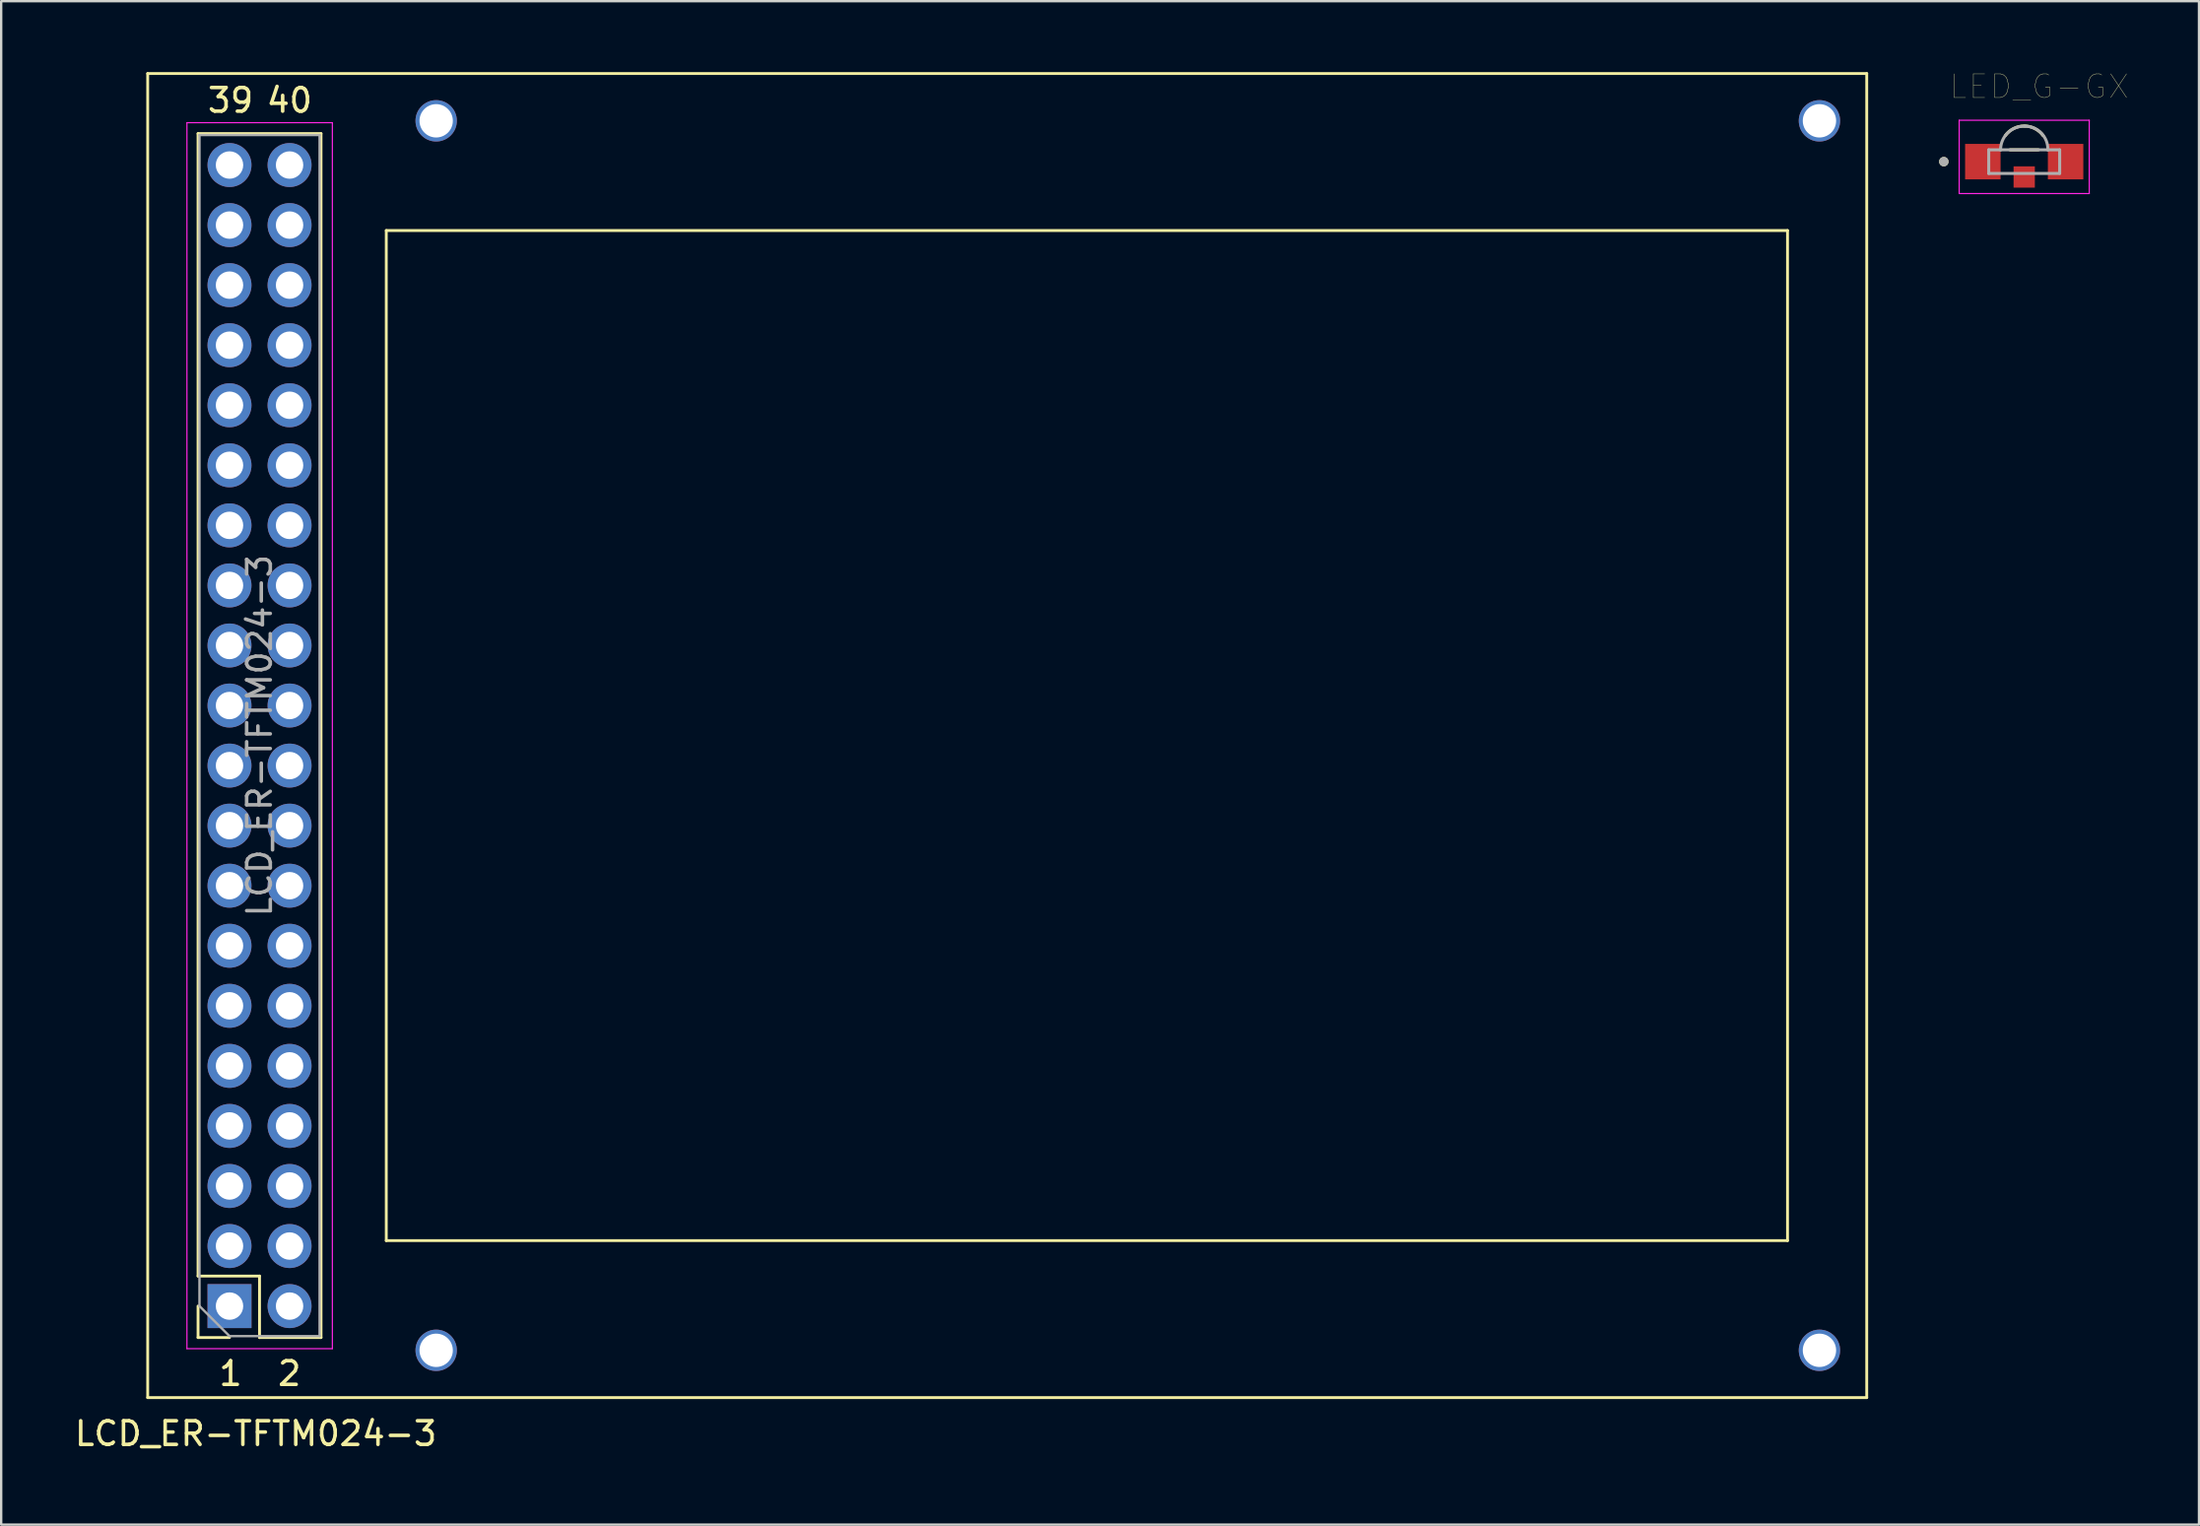
<source format=kicad_pcb>
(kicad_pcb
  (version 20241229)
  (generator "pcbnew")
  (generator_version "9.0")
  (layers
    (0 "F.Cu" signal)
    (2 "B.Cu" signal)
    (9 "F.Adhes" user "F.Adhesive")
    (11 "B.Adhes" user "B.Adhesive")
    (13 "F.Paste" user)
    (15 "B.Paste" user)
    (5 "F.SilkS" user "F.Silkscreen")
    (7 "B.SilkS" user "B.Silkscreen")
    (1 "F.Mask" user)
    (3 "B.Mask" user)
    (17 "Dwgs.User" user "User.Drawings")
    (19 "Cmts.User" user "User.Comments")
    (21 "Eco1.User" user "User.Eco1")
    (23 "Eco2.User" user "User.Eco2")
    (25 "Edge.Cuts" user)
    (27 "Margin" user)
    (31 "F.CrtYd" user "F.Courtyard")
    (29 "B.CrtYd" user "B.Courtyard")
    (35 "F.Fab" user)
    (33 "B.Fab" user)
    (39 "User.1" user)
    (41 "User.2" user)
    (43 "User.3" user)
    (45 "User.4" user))
  (footprint "LED_G-GX"
    (layer "F.Cu")
    (at 82.556 3.786)
    (property "Reference" "LED_G-GX" (at 0.635 -3.175 0) (layer "F.SilkS") (effects (font (size 1 1) (thickness 0.015))))
    (attr through_hole)
    (fp_line (start -0.6 -0.5) (end 0.6 -0.5) (stroke (width 0.127) (type solid)) (layer "F.SilkS"))
    (fp_arc (start -0.8 -1.1) (mid 0 -1.50762) (end 0.8 -1.1) (stroke (width 0.127) (type solid)) (layer "F.SilkS"))
    (fp_circle (center -3.4 0) (end -3.3 0) (stroke (width 0.2) (type solid)) (fill no) (layer "F.SilkS"))
    (fp_line (start -2.75 -1.75) (end 2.75 -1.75) (stroke (width 0.05) (type solid)) (layer "F.CrtYd"))
    (fp_line (start -2.75 1.35) (end -2.75 -1.75) (stroke (width 0.05) (type solid)) (layer "F.CrtYd"))
    (fp_line (start 2.75 -1.75) (end 2.75 1.35) (stroke (width 0.05) (type solid)) (layer "F.CrtYd"))
    (fp_line (start 2.75 1.35) (end -2.75 1.35) (stroke (width 0.05) (type solid)) (layer "F.CrtYd"))
    (fp_line (start -1.5 -0.5) (end -1.5 0.5) (stroke (width 0.127) (type solid)) (layer "F.Fab"))
    (fp_line (start -1.5 0.5) (end 1.5 0.5) (stroke (width 0.127) (type solid)) (layer "F.Fab"))
    (fp_line (start -1 -0.5) (end -1.5 -0.5) (stroke (width 0.127) (type solid)) (layer "F.Fab"))
    (fp_line (start 0 -1.5) (end 0.05 -1.5) (stroke (width 0.127) (type solid)) (layer "F.Fab"))
    (fp_line (start 1 -0.5) (end -1 -0.5) (stroke (width 0.127) (type solid)) (layer "F.Fab"))
    (fp_line (start 1.5 -0.5) (end 1 -0.5) (stroke (width 0.127) (type solid)) (layer "F.Fab"))
    (fp_line (start 1.5 0.5) (end 1.5 -0.5) (stroke (width 0.127) (type solid)) (layer "F.Fab"))
    (fp_arc (start -1 -0.5) (mid -0.707107 -1.207107) (end 0 -1.5) (stroke (width 0.127) (type solid)) (layer "F.Fab"))
    (fp_arc (start 0.05 -1.5) (mid 0.732107 -1.196751) (end 1 -0.5) (stroke (width 0.127) (type solid)) (layer "F.Fab"))
    (fp_circle (center -3.4 0) (end -3.3 0) (stroke (width 0.2) (type solid)) (fill no) (layer "F.Fab"))
    (pad "1" smd rect (at -1.75 0) (size 1.5 1.5) (layers "F.Cu" "F.Mask" "F.Paste"))
    (pad "2" smd rect (at 1.75 0) (size 1.5 1.5) (layers "F.Cu" "F.Mask" "F.Paste"))
    (pad "3" smd rect (at 0 0.65) (size 0.9 0.9) (layers "F.Cu" "F.Mask" "F.Paste")))
  (footprint "LCD_ER-TFTM024-3"
    (layer "F.Cu")
    (at 3.196 56.06)
    (property "Reference" "LCD_ER-TFTM024-3" (at 4.572 1.524 0) (layer "F.SilkS") (effects (font (size 1 1) (thickness 0.15))))
    (attr through_hole)
    (fp_line (start 0 -56) (end 72.7 -56) (stroke (width 0.12) (type solid)) (layer "F.SilkS"))
    (fp_line (start 0 0) (end 0 -56) (stroke (width 0.12) (type solid)) (layer "F.SilkS"))
    (fp_line (start 2.13 -53.46) (end 7.33 -53.46) (stroke (width 0.12) (type solid)) (layer "F.SilkS"))
    (fp_line (start 2.13 -5.14) (end 2.13 -53.46) (stroke (width 0.12) (type solid)) (layer "F.SilkS"))
    (fp_line (start 2.13 -5.14) (end 4.73 -5.14) (stroke (width 0.12) (type solid)) (layer "F.SilkS"))
    (fp_line (start 2.13 -3.87) (end 2.13 -2.54) (stroke (width 0.12) (type solid)) (layer "F.SilkS"))
    (fp_line (start 2.13 -2.54) (end 3.46 -2.54) (stroke (width 0.12) (type solid)) (layer "F.SilkS"))
    (fp_line (start 4.73 -5.14) (end 4.73 -2.54) (stroke (width 0.12) (type solid)) (layer "F.SilkS"))
    (fp_line (start 4.73 -2.54) (end 7.33 -2.54) (stroke (width 0.12) (type solid)) (layer "F.SilkS"))
    (fp_line (start 7.33 -2.54) (end 7.33 -53.46) (stroke (width 0.12) (type solid)) (layer "F.SilkS"))
    (fp_line (start 10.09 -49.36) (end 10.09 -6.64) (stroke (width 0.12) (type solid)) (layer "F.SilkS"))
    (fp_line (start 10.09 -6.64) (end 69.35 -6.64) (stroke (width 0.12) (type solid)) (layer "F.SilkS"))
    (fp_line (start 69.35 -49.36) (end 10.09 -49.36) (stroke (width 0.12) (type solid)) (layer "F.SilkS"))
    (fp_line (start 69.35 -49.36) (end 69.35 -6.64) (stroke (width 0.12) (type solid)) (layer "F.SilkS"))
    (fp_line (start 72.7 -56) (end 72.7 0) (stroke (width 0.12) (type solid)) (layer "F.SilkS"))
    (fp_line (start 72.7 0) (end 0 0) (stroke (width 0.12) (type solid)) (layer "F.SilkS"))
    (fp_line (start 1.66 -53.92) (end 7.81 -53.92) (stroke (width 0.05) (type solid)) (layer "F.CrtYd"))
    (fp_line (start 1.66 -2.07) (end 1.66 -53.92) (stroke (width 0.05) (type solid)) (layer "F.CrtYd"))
    (fp_line (start 7.81 -53.92) (end 7.81 -2.07) (stroke (width 0.05) (type solid)) (layer "F.CrtYd"))
    (fp_line (start 7.81 -2.07) (end 1.66 -2.07) (stroke (width 0.05) (type solid)) (layer "F.CrtYd"))
    (fp_line (start 2.19 -53.4) (end 2.19 -3.87) (stroke (width 0.1) (type solid)) (layer "F.Fab"))
    (fp_line (start 2.19 -3.87) (end 3.46 -2.6) (stroke (width 0.1) (type solid)) (layer "F.Fab"))
    (fp_line (start 3.46 -2.6) (end 7.27 -2.6) (stroke (width 0.1) (type solid)) (layer "F.Fab"))
    (fp_line (start 7.27 -53.4) (end 2.19 -53.4) (stroke (width 0.1) (type solid)) (layer "F.Fab"))
    (fp_line (start 7.27 -2.6) (end 7.27 -53.4) (stroke (width 0.1) (type solid)) (layer "F.Fab"))
    (fp_text user "39" (at 3.505 -54.864 0) (layer "F.SilkS") (effects (font (size 1 1) (thickness 0.15))))
    (fp_text user "40" (at 5.994 -54.864 0) (layer "F.SilkS") (effects (font (size 1 1) (thickness 0.15))))
    (fp_text user "1" (at 3.505 -1.016 0) (layer "F.SilkS") (effects (font (size 1 1) (thickness 0.15))))
    (fp_text user "2" (at 5.994 -1.016 0) (layer "F.SilkS") (effects (font (size 1 1) (thickness 0.15))))
    (fp_text user "${REFERENCE}" (at 4.73 -28 90) (layer "F.Fab") (effects (font (size 1 1) (thickness 0.15))))
    (pad "" np_thru_hole circle (at 12.2 -54) (size 1.75 1.75) (drill 1.41) (layers "*.Cu" "*.Mask"))
    (pad "" np_thru_hole circle (at 12.2 -2) (size 1.75 1.75) (drill 1.41) (layers "*.Cu" "*.Mask"))
    (pad "" np_thru_hole circle (at 70.7 -54) (size 1.75 1.75) (drill 1.41) (layers "*.Cu" "*.Mask"))
    (pad "" np_thru_hole circle (at 70.7 -2) (size 1.75 1.75) (drill 1.41) (layers "*.Cu" "*.Mask"))
    (pad "1" thru_hole rect (at 3.46 -3.87 180) (size 1.86 1.86) (drill 1.16) (layers "*.Cu" "*.Mask"))
    (pad "2" thru_hole circle (at 6 -3.87 180) (size 1.86 1.86) (drill 1.16) (layers "*.Cu" "*.Mask"))
    (pad "3" thru_hole circle (at 3.46 -6.41 180) (size 1.86 1.86) (drill 1.16) (layers "*.Cu" "*.Mask"))
    (pad "4" thru_hole circle (at 6 -6.41 180) (size 1.86 1.86) (drill 1.16) (layers "*.Cu" "*.Mask"))
    (pad "5" thru_hole circle (at 3.46 -8.95 180) (size 1.86 1.86) (drill 1.16) (layers "*.Cu" "*.Mask"))
    (pad "6" thru_hole circle (at 6 -8.95 180) (size 1.86 1.86) (drill 1.16) (layers "*.Cu" "*.Mask"))
    (pad "7" thru_hole circle (at 3.46 -11.49 180) (size 1.86 1.86) (drill 1.16) (layers "*.Cu" "*.Mask"))
    (pad "8" thru_hole circle (at 6 -11.49 180) (size 1.86 1.86) (drill 1.16) (layers "*.Cu" "*.Mask"))
    (pad "9" thru_hole circle (at 3.46 -14.03 180) (size 1.86 1.86) (drill 1.16) (layers "*.Cu" "*.Mask"))
    (pad "10" thru_hole circle (at 6 -14.03 180) (size 1.86 1.86) (drill 1.16) (layers "*.Cu" "*.Mask"))
    (pad "11" thru_hole circle (at 3.46 -16.57 180) (size 1.86 1.86) (drill 1.16) (layers "*.Cu" "*.Mask"))
    (pad "12" thru_hole circle (at 6 -16.57 180) (size 1.86 1.86) (drill 1.16) (layers "*.Cu" "*.Mask"))
    (pad "13" thru_hole circle (at 3.46 -19.11 180) (size 1.86 1.86) (drill 1.16) (layers "*.Cu" "*.Mask"))
    (pad "14" thru_hole circle (at 6 -19.11 180) (size 1.86 1.86) (drill 1.16) (layers "*.Cu" "*.Mask"))
    (pad "15" thru_hole circle (at 3.46 -21.65 180) (size 1.86 1.86) (drill 1.16) (layers "*.Cu" "*.Mask"))
    (pad "16" thru_hole circle (at 6 -21.65 180) (size 1.86 1.86) (drill 1.16) (layers "*.Cu" "*.Mask"))
    (pad "17" thru_hole circle (at 3.46 -24.19 180) (size 1.86 1.86) (drill 1.16) (layers "*.Cu" "*.Mask"))
    (pad "18" thru_hole circle (at 6 -24.19 180) (size 1.86 1.86) (drill 1.16) (layers "*.Cu" "*.Mask"))
    (pad "19" thru_hole circle (at 3.46 -26.73 180) (size 1.86 1.86) (drill 1.16) (layers "*.Cu" "*.Mask"))
    (pad "20" thru_hole circle (at 6 -26.73 180) (size 1.86 1.86) (drill 1.16) (layers "*.Cu" "*.Mask"))
    (pad "21" thru_hole circle (at 3.46 -29.27 180) (size 1.86 1.86) (drill 1.16) (layers "*.Cu" "*.Mask"))
    (pad "22" thru_hole circle (at 6 -29.27 180) (size 1.86 1.86) (drill 1.16) (layers "*.Cu" "*.Mask"))
    (pad "23" thru_hole circle (at 3.46 -31.81 180) (size 1.86 1.86) (drill 1.16) (layers "*.Cu" "*.Mask"))
    (pad "24" thru_hole circle (at 6 -31.81 180) (size 1.86 1.86) (drill 1.16) (layers "*.Cu" "*.Mask"))
    (pad "25" thru_hole circle (at 3.46 -34.35 180) (size 1.86 1.86) (drill 1.16) (layers "*.Cu" "*.Mask"))
    (pad "26" thru_hole circle (at 6 -34.35 180) (size 1.86 1.86) (drill 1.16) (layers "*.Cu" "*.Mask"))
    (pad "27" thru_hole circle (at 3.46 -36.89 180) (size 1.86 1.86) (drill 1.16) (layers "*.Cu" "*.Mask"))
    (pad "28" thru_hole circle (at 6 -36.89 180) (size 1.86 1.86) (drill 1.16) (layers "*.Cu" "*.Mask"))
    (pad "29" thru_hole circle (at 3.46 -39.43 180) (size 1.86 1.86) (drill 1.16) (layers "*.Cu" "*.Mask"))
    (pad "30" thru_hole circle (at 6 -39.43 180) (size 1.86 1.86) (drill 1.16) (layers "*.Cu" "*.Mask"))
    (pad "31" thru_hole circle (at 3.46 -41.97 180) (size 1.86 1.86) (drill 1.16) (layers "*.Cu" "*.Mask"))
    (pad "32" thru_hole circle (at 6 -41.97 180) (size 1.86 1.86) (drill 1.16) (layers "*.Cu" "*.Mask"))
    (pad "33" thru_hole circle (at 3.46 -44.51 180) (size 1.86 1.86) (drill 1.16) (layers "*.Cu" "*.Mask"))
    (pad "34" thru_hole circle (at 6 -44.51 180) (size 1.86 1.86) (drill 1.16) (layers "*.Cu" "*.Mask"))
    (pad "35" thru_hole circle (at 3.46 -47.05 180) (size 1.86 1.86) (drill 1.16) (layers "*.Cu" "*.Mask"))
    (pad "36" thru_hole circle (at 6 -47.05 180) (size 1.86 1.86) (drill 1.16) (layers "*.Cu" "*.Mask"))
    (pad "37" thru_hole circle (at 3.46 -49.59 180) (size 1.86 1.86) (drill 1.16) (layers "*.Cu" "*.Mask"))
    (pad "38" thru_hole circle (at 6 -49.59 180) (size 1.86 1.86) (drill 1.16) (layers "*.Cu" "*.Mask"))
    (pad "39" thru_hole circle (at 3.46 -52.13 180) (size 1.86 1.86) (drill 1.16) (layers "*.Cu" "*.Mask"))
    (pad "40" thru_hole circle (at 6 -52.13 180) (size 1.86 1.86) (drill 1.16) (layers "*.Cu" "*.Mask")))
  (gr_rect
    (start -3 -3)
    (end 89.947 61.432)
    (stroke (width 0.1) (type default))
    (fill no)
    (layer "Edge.Cuts")))
</source>
